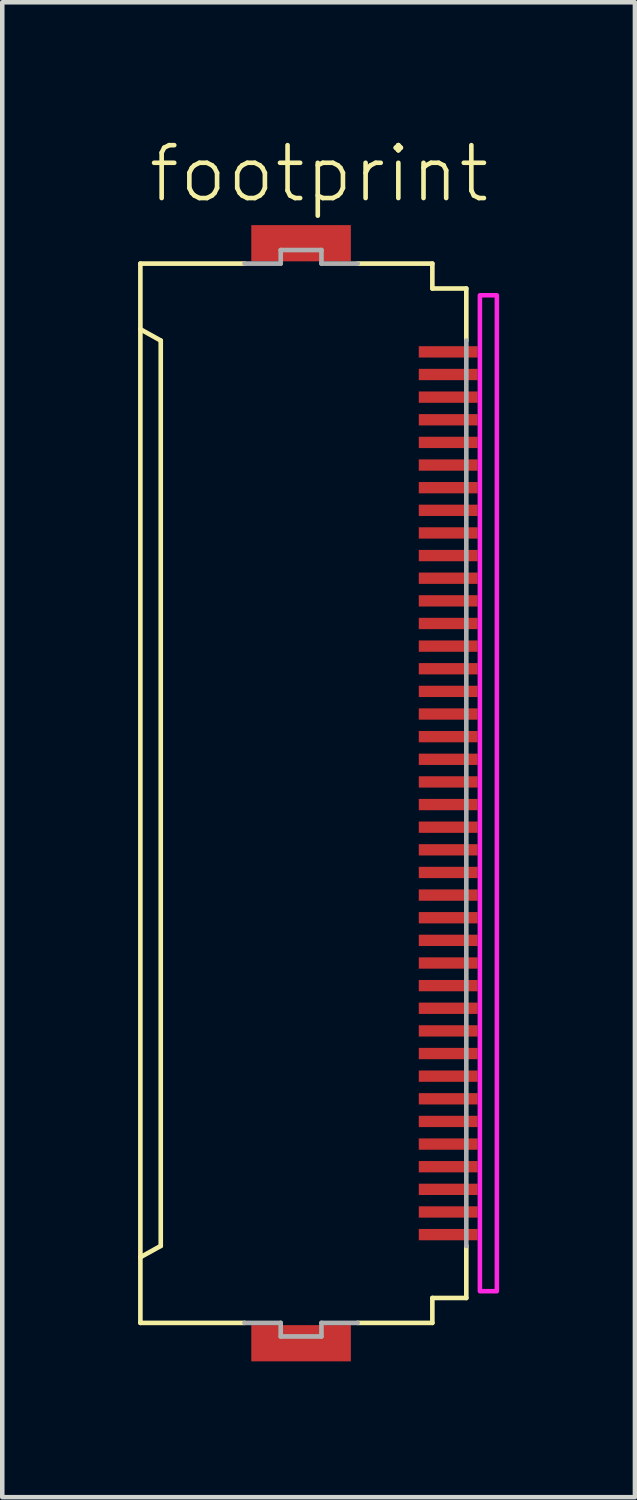
<source format=kicad_pcb>
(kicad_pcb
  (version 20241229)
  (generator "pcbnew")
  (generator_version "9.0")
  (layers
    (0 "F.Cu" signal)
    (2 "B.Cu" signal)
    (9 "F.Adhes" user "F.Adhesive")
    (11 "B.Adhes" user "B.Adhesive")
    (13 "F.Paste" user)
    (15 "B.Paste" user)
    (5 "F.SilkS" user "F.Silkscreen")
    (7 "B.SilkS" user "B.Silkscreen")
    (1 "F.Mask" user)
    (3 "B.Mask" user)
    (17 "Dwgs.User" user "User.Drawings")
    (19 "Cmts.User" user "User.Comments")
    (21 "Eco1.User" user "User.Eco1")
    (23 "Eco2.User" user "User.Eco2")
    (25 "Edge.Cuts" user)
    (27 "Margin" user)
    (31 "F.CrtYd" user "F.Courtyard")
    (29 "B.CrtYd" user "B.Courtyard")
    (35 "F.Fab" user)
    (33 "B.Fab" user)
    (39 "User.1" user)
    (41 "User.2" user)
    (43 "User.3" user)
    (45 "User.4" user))
  (footprint "footprint"
    (layer "F.Cu")
    (at 3.676 14.473)
    (property "Reference" "footprint" (at -3.5 -13 0) (layer "F.SilkS") (effects (font (size 1.168 1.168) (thickness 0.102)) (justify left bottom)))
    (fp_poly (pts (xy 2.475 -9.575) (xy 3.875 -9.575) (xy 3.875 -9.925) (xy 2.475 -9.925)) (stroke (width 0) (type solid)) (fill yes) (layer "F.Mask"))
    (fp_poly (pts (xy 2.475 -9.075) (xy 3.875 -9.075) (xy 3.875 -9.425) (xy 2.475 -9.425)) (stroke (width 0) (type solid)) (fill yes) (layer "F.Mask"))
    (fp_poly (pts (xy 2.475 -8.575) (xy 3.875 -8.575) (xy 3.875 -8.925) (xy 2.475 -8.925)) (stroke (width 0) (type solid)) (fill yes) (layer "F.Mask"))
    (fp_poly (pts (xy 2.475 -8.075) (xy 3.875 -8.075) (xy 3.875 -8.425) (xy 2.475 -8.425)) (stroke (width 0) (type solid)) (fill yes) (layer "F.Mask"))
    (fp_poly (pts (xy 2.475 -7.575) (xy 3.875 -7.575) (xy 3.875 -7.925) (xy 2.475 -7.925)) (stroke (width 0) (type solid)) (fill yes) (layer "F.Mask"))
    (fp_poly (pts (xy 2.475 -7.075) (xy 3.875 -7.075) (xy 3.875 -7.425) (xy 2.475 -7.425)) (stroke (width 0) (type solid)) (fill yes) (layer "F.Mask"))
    (fp_poly (pts (xy 2.475 -6.575) (xy 3.875 -6.575) (xy 3.875 -6.925) (xy 2.475 -6.925)) (stroke (width 0) (type solid)) (fill yes) (layer "F.Mask"))
    (fp_poly (pts (xy 2.475 -6.075) (xy 3.875 -6.075) (xy 3.875 -6.425) (xy 2.475 -6.425)) (stroke (width 0) (type solid)) (fill yes) (layer "F.Mask"))
    (fp_poly (pts (xy 2.475 -5.575) (xy 3.875 -5.575) (xy 3.875 -5.925) (xy 2.475 -5.925)) (stroke (width 0) (type solid)) (fill yes) (layer "F.Mask"))
    (fp_poly (pts (xy 2.475 -5.075) (xy 3.875 -5.075) (xy 3.875 -5.425) (xy 2.475 -5.425)) (stroke (width 0) (type solid)) (fill yes) (layer "F.Mask"))
    (fp_poly (pts (xy 2.475 -4.575) (xy 3.875 -4.575) (xy 3.875 -4.925) (xy 2.475 -4.925)) (stroke (width 0) (type solid)) (fill yes) (layer "F.Mask"))
    (fp_poly (pts (xy 2.475 -4.075) (xy 3.875 -4.075) (xy 3.875 -4.425) (xy 2.475 -4.425)) (stroke (width 0) (type solid)) (fill yes) (layer "F.Mask"))
    (fp_poly (pts (xy 2.475 -3.575) (xy 3.875 -3.575) (xy 3.875 -3.925) (xy 2.475 -3.925)) (stroke (width 0) (type solid)) (fill yes) (layer "F.Mask"))
    (fp_poly (pts (xy 2.475 -3.075) (xy 3.875 -3.075) (xy 3.875 -3.425) (xy 2.475 -3.425)) (stroke (width 0) (type solid)) (fill yes) (layer "F.Mask"))
    (fp_poly (pts (xy 2.475 -2.575) (xy 3.875 -2.575) (xy 3.875 -2.925) (xy 2.475 -2.925)) (stroke (width 0) (type solid)) (fill yes) (layer "F.Mask"))
    (fp_poly (pts (xy 2.475 -2.075) (xy 3.875 -2.075) (xy 3.875 -2.425) (xy 2.475 -2.425)) (stroke (width 0) (type solid)) (fill yes) (layer "F.Mask"))
    (fp_poly (pts (xy 2.475 -1.575) (xy 3.875 -1.575) (xy 3.875 -1.925) (xy 2.475 -1.925)) (stroke (width 0) (type solid)) (fill yes) (layer "F.Mask"))
    (fp_poly (pts (xy 2.475 -1.075) (xy 3.875 -1.075) (xy 3.875 -1.425) (xy 2.475 -1.425)) (stroke (width 0) (type solid)) (fill yes) (layer "F.Mask"))
    (fp_poly (pts (xy 2.475 -0.575) (xy 3.875 -0.575) (xy 3.875 -0.925) (xy 2.475 -0.925)) (stroke (width 0) (type solid)) (fill yes) (layer "F.Mask"))
    (fp_poly (pts (xy 2.475 -0.075) (xy 3.875 -0.075) (xy 3.875 -0.425) (xy 2.475 -0.425)) (stroke (width 0) (type solid)) (fill yes) (layer "F.Mask"))
    (fp_poly (pts (xy 2.475 0.425) (xy 3.875 0.425) (xy 3.875 0.075) (xy 2.475 0.075)) (stroke (width 0) (type solid)) (fill yes) (layer "F.Mask"))
    (fp_poly (pts (xy 2.475 0.925) (xy 3.875 0.925) (xy 3.875 0.575) (xy 2.475 0.575)) (stroke (width 0) (type solid)) (fill yes) (layer "F.Mask"))
    (fp_poly (pts (xy 2.475 1.425) (xy 3.875 1.425) (xy 3.875 1.075) (xy 2.475 1.075)) (stroke (width 0) (type solid)) (fill yes) (layer "F.Mask"))
    (fp_poly (pts (xy 2.475 1.925) (xy 3.875 1.925) (xy 3.875 1.575) (xy 2.475 1.575)) (stroke (width 0) (type solid)) (fill yes) (layer "F.Mask"))
    (fp_poly (pts (xy 2.475 2.425) (xy 3.875 2.425) (xy 3.875 2.075) (xy 2.475 2.075)) (stroke (width 0) (type solid)) (fill yes) (layer "F.Mask"))
    (fp_poly (pts (xy 2.475 2.925) (xy 3.875 2.925) (xy 3.875 2.575) (xy 2.475 2.575)) (stroke (width 0) (type solid)) (fill yes) (layer "F.Mask"))
    (fp_poly (pts (xy 2.475 3.425) (xy 3.875 3.425) (xy 3.875 3.075) (xy 2.475 3.075)) (stroke (width 0) (type solid)) (fill yes) (layer "F.Mask"))
    (fp_poly (pts (xy 2.475 3.925) (xy 3.875 3.925) (xy 3.875 3.575) (xy 2.475 3.575)) (stroke (width 0) (type solid)) (fill yes) (layer "F.Mask"))
    (fp_poly (pts (xy 2.475 4.425) (xy 3.875 4.425) (xy 3.875 4.075) (xy 2.475 4.075)) (stroke (width 0) (type solid)) (fill yes) (layer "F.Mask"))
    (fp_poly (pts (xy 2.475 4.925) (xy 3.875 4.925) (xy 3.875 4.575) (xy 2.475 4.575)) (stroke (width 0) (type solid)) (fill yes) (layer "F.Mask"))
    (fp_poly (pts (xy 2.475 5.425) (xy 3.875 5.425) (xy 3.875 5.075) (xy 2.475 5.075)) (stroke (width 0) (type solid)) (fill yes) (layer "F.Mask"))
    (fp_poly (pts (xy 2.475 5.925) (xy 3.875 5.925) (xy 3.875 5.575) (xy 2.475 5.575)) (stroke (width 0) (type solid)) (fill yes) (layer "F.Mask"))
    (fp_poly (pts (xy 2.475 6.425) (xy 3.875 6.425) (xy 3.875 6.075) (xy 2.475 6.075)) (stroke (width 0) (type solid)) (fill yes) (layer "F.Mask"))
    (fp_poly (pts (xy 2.475 6.925) (xy 3.875 6.925) (xy 3.875 6.575) (xy 2.475 6.575)) (stroke (width 0) (type solid)) (fill yes) (layer "F.Mask"))
    (fp_poly (pts (xy 2.475 7.425) (xy 3.875 7.425) (xy 3.875 7.075) (xy 2.475 7.075)) (stroke (width 0) (type solid)) (fill yes) (layer "F.Mask"))
    (fp_poly (pts (xy 2.475 7.925) (xy 3.875 7.925) (xy 3.875 7.575) (xy 2.475 7.575)) (stroke (width 0) (type solid)) (fill yes) (layer "F.Mask"))
    (fp_poly (pts (xy 2.475 8.425) (xy 3.875 8.425) (xy 3.875 8.075) (xy 2.475 8.075)) (stroke (width 0) (type solid)) (fill yes) (layer "F.Mask"))
    (fp_poly (pts (xy 2.475 8.925) (xy 3.875 8.925) (xy 3.875 8.575) (xy 2.475 8.575)) (stroke (width 0) (type solid)) (fill yes) (layer "F.Mask"))
    (fp_poly (pts (xy 2.475 9.425) (xy 3.875 9.425) (xy 3.875 9.075) (xy 2.475 9.075)) (stroke (width 0) (type solid)) (fill yes) (layer "F.Mask"))
    (fp_poly (pts (xy 2.475 9.925) (xy 3.875 9.925) (xy 3.875 9.575) (xy 2.475 9.575)) (stroke (width 0) (type solid)) (fill yes) (layer "F.Mask"))
    (fp_line (start -3.625 -11.7) (end -1.325 -11.7) (stroke (width 0.102) (type solid)) (layer "F.SilkS"))
    (fp_line (start -3.625 -10.25) (end -3.625 -11.7) (stroke (width 0.102) (type solid)) (layer "F.SilkS"))
    (fp_line (start -3.625 -10.25) (end -3.625 10.25) (stroke (width 0.102) (type solid)) (layer "F.SilkS"))
    (fp_line (start -3.625 10.25) (end -3.175 10) (stroke (width 0.102) (type solid)) (layer "F.SilkS"))
    (fp_line (start -3.625 11.7) (end -3.625 10.25) (stroke (width 0.102) (type solid)) (layer "F.SilkS"))
    (fp_line (start -3.175 -10) (end -3.625 -10.25) (stroke (width 0.102) (type solid)) (layer "F.SilkS"))
    (fp_line (start -3.175 10) (end -3.175 -10) (stroke (width 0.102) (type solid)) (layer "F.SilkS"))
    (fp_line (start -1.325 11.7) (end -3.625 11.7) (stroke (width 0.102) (type solid)) (layer "F.SilkS"))
    (fp_line (start 1.175 -11.7) (end 2.825 -11.7) (stroke (width 0.102) (type solid)) (layer "F.SilkS"))
    (fp_line (start 1.175 11.7) (end 2.825 11.7) (stroke (width 0.102) (type solid)) (layer "F.SilkS"))
    (fp_line (start 2.825 -11.7) (end 2.825 -11.15) (stroke (width 0.102) (type solid)) (layer "F.SilkS"))
    (fp_line (start 2.825 -11.15) (end 3.575 -11.15) (stroke (width 0.102) (type solid)) (layer "F.SilkS"))
    (fp_line (start 2.825 11.15) (end 2.825 11.7) (stroke (width 0.102) (type solid)) (layer "F.SilkS"))
    (fp_line (start 2.825 11.15) (end 3.575 11.15) (stroke (width 0.102) (type solid)) (layer "F.SilkS"))
    (fp_line (start 3.575 -11.15) (end 3.575 -10) (stroke (width 0.102) (type solid)) (layer "F.SilkS"))
    (fp_line (start 3.575 10) (end 3.575 11.15) (stroke (width 0.102) (type solid)) (layer "F.SilkS"))
    (fp_poly (pts (xy 3.875 11) (xy 4.25 11) (xy 4.25 -11) (xy 3.875 -11)) (stroke (width 0.1) (type solid)) (fill no) (layer "F.CrtYd"))
    (fp_line (start -1.325 -11.7) (end -0.525 -11.7) (stroke (width 0.102) (type solid)) (layer "F.Fab"))
    (fp_line (start -0.525 -12) (end 0.375 -12) (stroke (width 0.102) (type solid)) (layer "F.Fab"))
    (fp_line (start -0.525 -11.7) (end -0.525 -12) (stroke (width 0.102) (type solid)) (layer "F.Fab"))
    (fp_line (start -0.525 11.7) (end -1.325 11.7) (stroke (width 0.102) (type solid)) (layer "F.Fab"))
    (fp_line (start -0.525 12) (end -0.525 11.7) (stroke (width 0.102) (type solid)) (layer "F.Fab"))
    (fp_line (start 0.375 -12) (end 0.375 -11.7) (stroke (width 0.102) (type solid)) (layer "F.Fab"))
    (fp_line (start 0.375 -11.7) (end 1.175 -11.7) (stroke (width 0.102) (type solid)) (layer "F.Fab"))
    (fp_line (start 0.375 11.7) (end 0.375 12) (stroke (width 0.102) (type solid)) (layer "F.Fab"))
    (fp_line (start 0.375 12) (end -0.525 12) (stroke (width 0.102) (type solid)) (layer "F.Fab"))
    (fp_line (start 1.175 11.7) (end 0.375 11.7) (stroke (width 0.102) (type solid)) (layer "F.Fab"))
    (fp_line (start 3.575 -10) (end 3.575 10) (stroke (width 0.102) (type solid)) (layer "F.Fab"))
    (pad "1" smd rect (at 3.175 -9.75) (size 1.3 0.25) (layers "F.Cu" "F.Paste"))
    (pad "2" smd rect (at 3.175 -9.25) (size 1.3 0.25) (layers "F.Cu" "F.Paste"))
    (pad "3" smd rect (at 3.175 -8.75) (size 1.3 0.25) (layers "F.Cu" "F.Paste"))
    (pad "4" smd rect (at 3.175 -8.25) (size 1.3 0.25) (layers "F.Cu" "F.Paste"))
    (pad "5" smd rect (at 3.175 -7.75) (size 1.3 0.25) (layers "F.Cu" "F.Paste"))
    (pad "6" smd rect (at 3.175 -7.25) (size 1.3 0.25) (layers "F.Cu" "F.Paste"))
    (pad "7" smd rect (at 3.175 -6.75) (size 1.3 0.25) (layers "F.Cu" "F.Paste"))
    (pad "8" smd rect (at 3.175 -6.25) (size 1.3 0.25) (layers "F.Cu" "F.Paste"))
    (pad "9" smd rect (at 3.175 -5.75) (size 1.3 0.25) (layers "F.Cu" "F.Paste"))
    (pad "10" smd rect (at 3.175 -5.25) (size 1.3 0.25) (layers "F.Cu" "F.Paste"))
    (pad "11" smd rect (at 3.175 -4.75) (size 1.3 0.25) (layers "F.Cu" "F.Paste"))
    (pad "12" smd rect (at 3.175 -4.25) (size 1.3 0.25) (layers "F.Cu" "F.Paste"))
    (pad "13" smd rect (at 3.175 -3.75) (size 1.3 0.25) (layers "F.Cu" "F.Paste"))
    (pad "14" smd rect (at 3.175 -3.25) (size 1.3 0.25) (layers "F.Cu" "F.Paste"))
    (pad "15" smd rect (at 3.175 -2.75) (size 1.3 0.25) (layers "F.Cu" "F.Paste"))
    (pad "16" smd rect (at 3.175 -2.25) (size 1.3 0.25) (layers "F.Cu" "F.Paste"))
    (pad "17" smd rect (at 3.175 -1.75) (size 1.3 0.25) (layers "F.Cu" "F.Paste"))
    (pad "18" smd rect (at 3.175 -1.25) (size 1.3 0.25) (layers "F.Cu" "F.Paste"))
    (pad "19" smd rect (at 3.175 -0.75) (size 1.3 0.25) (layers "F.Cu" "F.Paste"))
    (pad "20" smd rect (at 3.175 -0.25) (size 1.3 0.25) (layers "F.Cu" "F.Paste"))
    (pad "21" smd rect (at 3.175 0.25) (size 1.3 0.25) (layers "F.Cu" "F.Paste"))
    (pad "22" smd rect (at 3.175 0.75) (size 1.3 0.25) (layers "F.Cu" "F.Paste"))
    (pad "23" smd rect (at 3.175 1.25) (size 1.3 0.25) (layers "F.Cu" "F.Paste"))
    (pad "24" smd rect (at 3.175 1.75) (size 1.3 0.25) (layers "F.Cu" "F.Paste"))
    (pad "25" smd rect (at 3.175 2.25) (size 1.3 0.25) (layers "F.Cu" "F.Paste"))
    (pad "26" smd rect (at 3.175 2.75) (size 1.3 0.25) (layers "F.Cu" "F.Paste"))
    (pad "27" smd rect (at 3.175 3.25) (size 1.3 0.25) (layers "F.Cu" "F.Paste"))
    (pad "28" smd rect (at 3.175 3.75) (size 1.3 0.25) (layers "F.Cu" "F.Paste"))
    (pad "29" smd rect (at 3.175 4.25) (size 1.3 0.25) (layers "F.Cu" "F.Paste"))
    (pad "30" smd rect (at 3.175 4.75) (size 1.3 0.25) (layers "F.Cu" "F.Paste"))
    (pad "31" smd rect (at 3.175 5.25) (size 1.3 0.25) (layers "F.Cu" "F.Paste"))
    (pad "32" smd rect (at 3.175 5.75) (size 1.3 0.25) (layers "F.Cu" "F.Paste"))
    (pad "33" smd rect (at 3.175 6.25) (size 1.3 0.25) (layers "F.Cu" "F.Paste"))
    (pad "34" smd rect (at 3.175 6.75) (size 1.3 0.25) (layers "F.Cu" "F.Paste"))
    (pad "35" smd rect (at 3.175 7.25) (size 1.3 0.25) (layers "F.Cu" "F.Paste"))
    (pad "36" smd rect (at 3.175 7.75) (size 1.3 0.25) (layers "F.Cu" "F.Paste"))
    (pad "37" smd rect (at 3.175 8.25) (size 1.3 0.25) (layers "F.Cu" "F.Paste"))
    (pad "38" smd rect (at 3.175 8.75) (size 1.3 0.25) (layers "F.Cu" "F.Paste"))
    (pad "39" smd rect (at 3.175 9.25) (size 1.3 0.25) (layers "F.Cu" "F.Paste"))
    (pad "40" smd rect (at 3.175 9.75) (size 1.3 0.25) (layers "F.Cu" "F.Paste"))
    (pad "M1" smd rect (at -0.075 -12.15) (size 2.2 0.8) (layers "F.Cu" "F.Mask" "F.Paste"))
    (pad "M2" smd rect (at -0.075 12.15) (size 2.2 0.8) (layers "F.Cu" "F.Mask" "F.Paste"))
    (zone (net_name "") (layers "F.Cu" "B.Cu") (hatch edge 0.508) (connect_pads) (min_thickness 0.254) (filled_areas_thickness no) (keepout (tracks allowed) (vias not_allowed) (pads allowed) (copperpour allowed) (footprints allowed)) (placement (enabled no)) (fill) (polygon (pts (xy 3.901 24.473) (xy 6.151 24.473) (xy 6.151 4.473) (xy 3.901 4.473)))))
  (gr_rect
    (start -3 -3)
    (end 10.976 30.023)
    (stroke (width 0.1) (type default))
    (fill no)
    (layer "Edge.Cuts")))
</source>
